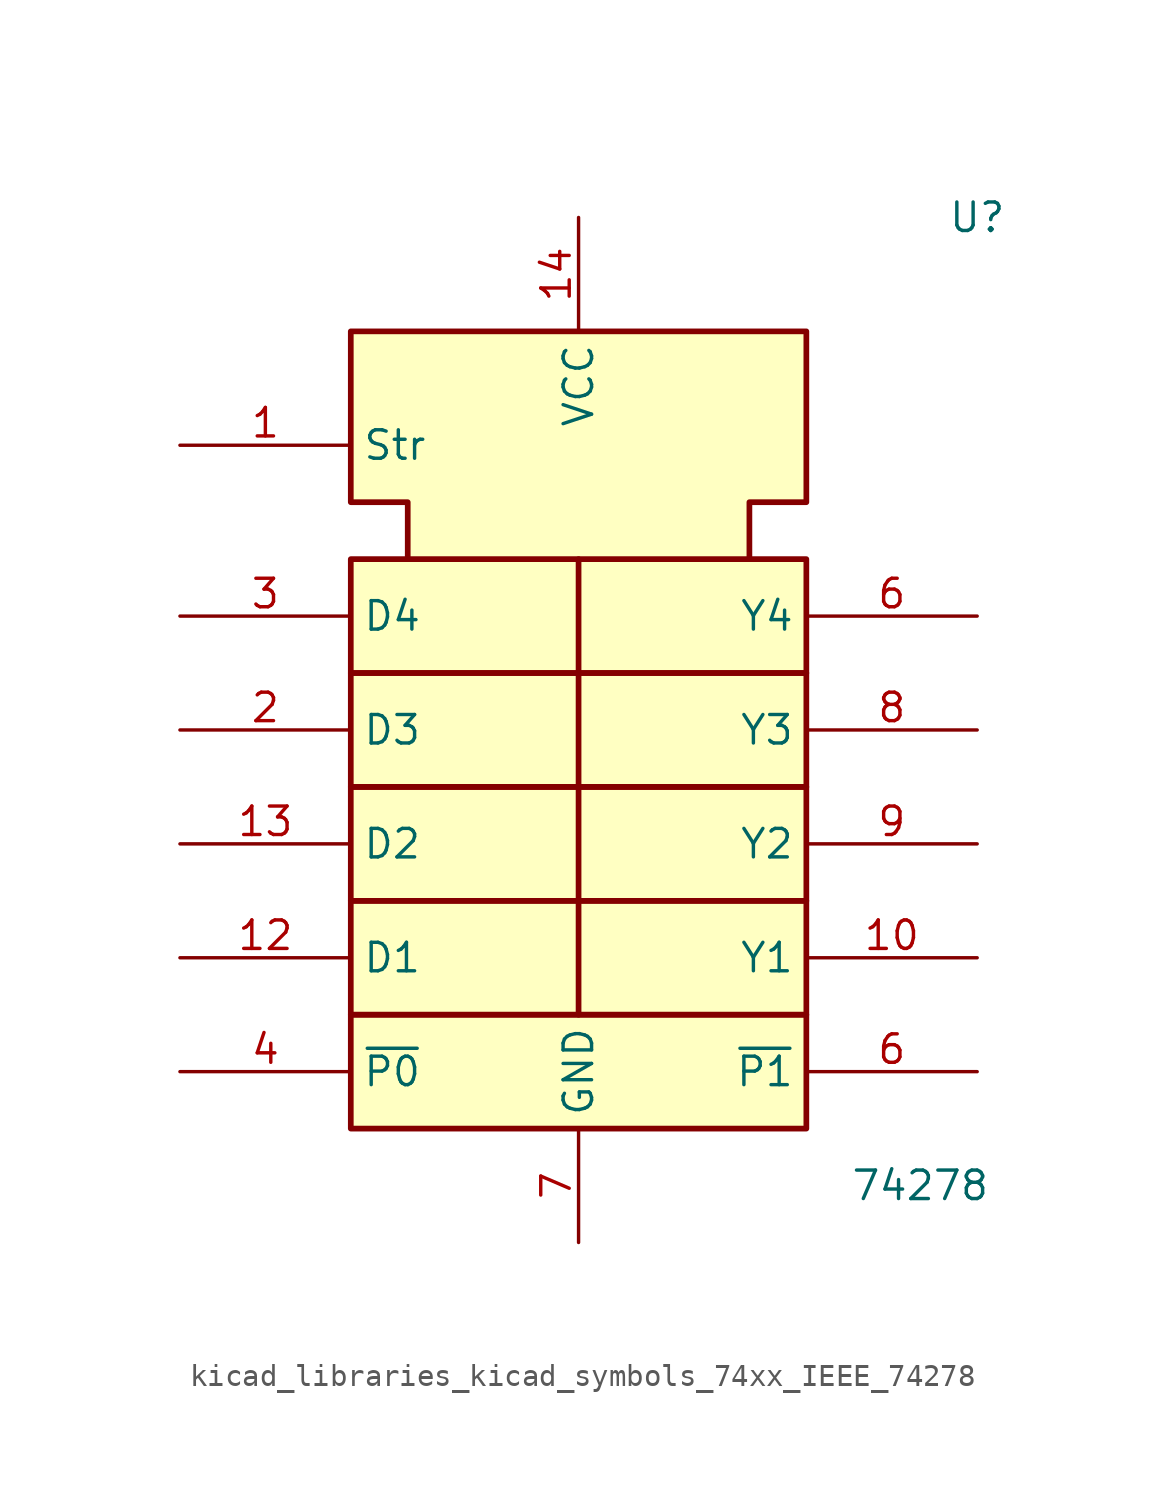
<source format=kicad_sym>
(kicad_symbol_lib
  (version 20220914)
  (generator kicad_symbol_editor)
  (symbol "kicad_libraries_kicad_symbols_74xx_IEEE_74278"
    (property "Reference" "U"
      (at 17.78 20.32 0)
      (effects (font (size 1.27 1.27))))
    (property "Value" "74278"
      (at 15.24 -22.86 0)
      (effects (font (size 1.27 1.27))))
    (symbol "kicad_libraries_kicad_symbols_74xx_IEEE_74278_0_0"
      (rectangle (start -10.16 -15.24) (end 10.16 -20.32) (stroke (width 0.254) (type default)) (fill (type background)))
      (rectangle (start -10.16 -10.16) (end 10.16 -15.24) (stroke (width 0.254) (type default)) (fill (type background)))
      (rectangle (start -10.16 -5.08) (end 10.16 -10.16) (stroke (width 0.254) (type default)) (fill (type background)))
      (rectangle (start -10.16 0) (end 10.16 -5.08) (stroke (width 0.254) (type default)) (fill (type background)))
      (rectangle (start -10.16 5.08) (end 10.16 0) (stroke (width 0.254) (type default)) (fill (type background)))
      (polyline (pts (xy 0 5.08) (xy 0 -15.24) (xy 0 -15.24)) (stroke (width 0.254) (type default)) (fill (type background)))
      (polyline (pts (xy -7.62 5.08) (xy -7.62 7.62) (xy -10.16 7.62) (xy -10.16 15.24) (xy 10.16 15.24) (xy 10.16 7.62) (xy 7.62 7.62) (xy 7.62 5.08) (xy 7.62 5.08)) (stroke (width 0.254) (type default)) (fill (type background)))
      (pin power_in line (at 0 20.32 270) (length 5.08) (name "VCC" (effects (font (size 1.27 1.27)))) (number "14" (effects (font (size 1.27 1.27)))))
      (pin power_in line (at 0 -25.4 90) (length 5.08) (name "GND" (effects (font (size 1.27 1.27)))) (number "7" (effects (font (size 1.27 1.27))))))
    (symbol "kicad_libraries_kicad_symbols_74xx_IEEE_74278_1_1"
      (pin input line (at -17.78 10.16 0) (length 7.62) (name "Str" (effects (font (size 1.27 1.27)))) (number "1" (effects (font (size 1.27 1.27)))))
      (pin output line (at 17.78 -12.7 180) (length 7.62) (name "Y1" (effects (font (size 1.27 1.27)))) (number "10" (effects (font (size 1.27 1.27)))))
      (pin input line (at -17.78 -12.7 0) (length 7.62) (name "D1" (effects (font (size 1.27 1.27)))) (number "12" (effects (font (size 1.27 1.27)))))
      (pin input line (at -17.78 -7.62 0) (length 7.62) (name "D2" (effects (font (size 1.27 1.27)))) (number "13" (effects (font (size 1.27 1.27)))))
      (pin input line (at -17.78 -2.54 0) (length 7.62) (name "D3" (effects (font (size 1.27 1.27)))) (number "2" (effects (font (size 1.27 1.27)))))
      (pin input line (at -17.78 2.54 0) (length 7.62) (name "D4" (effects (font (size 1.27 1.27)))) (number "3" (effects (font (size 1.27 1.27)))))
      (pin input line (at -17.78 -17.78 0) (length 7.62) (name "~{P0}" (effects (font (size 1.27 1.27)))) (number "4" (effects (font (size 1.27 1.27)))))
      (pin output line (at 17.78 2.54 180) (length 7.62) (name "Y4" (effects (font (size 1.27 1.27)))) (number "6" (effects (font (size 1.27 1.27)))))
      (pin output line (at 17.78 -17.78 180) (length 7.62) (name "~{P1}" (effects (font (size 1.27 1.27)))) (number "6" (effects (font (size 1.27 1.27)))))
      (pin output line (at 17.78 -2.54 180) (length 7.62) (name "Y3" (effects (font (size 1.27 1.27)))) (number "8" (effects (font (size 1.27 1.27)))))
      (pin output line (at 17.78 -7.62 180) (length 7.62) (name "Y2" (effects (font (size 1.27 1.27)))) (number "9" (effects (font (size 1.27 1.27))))))))
</source>
